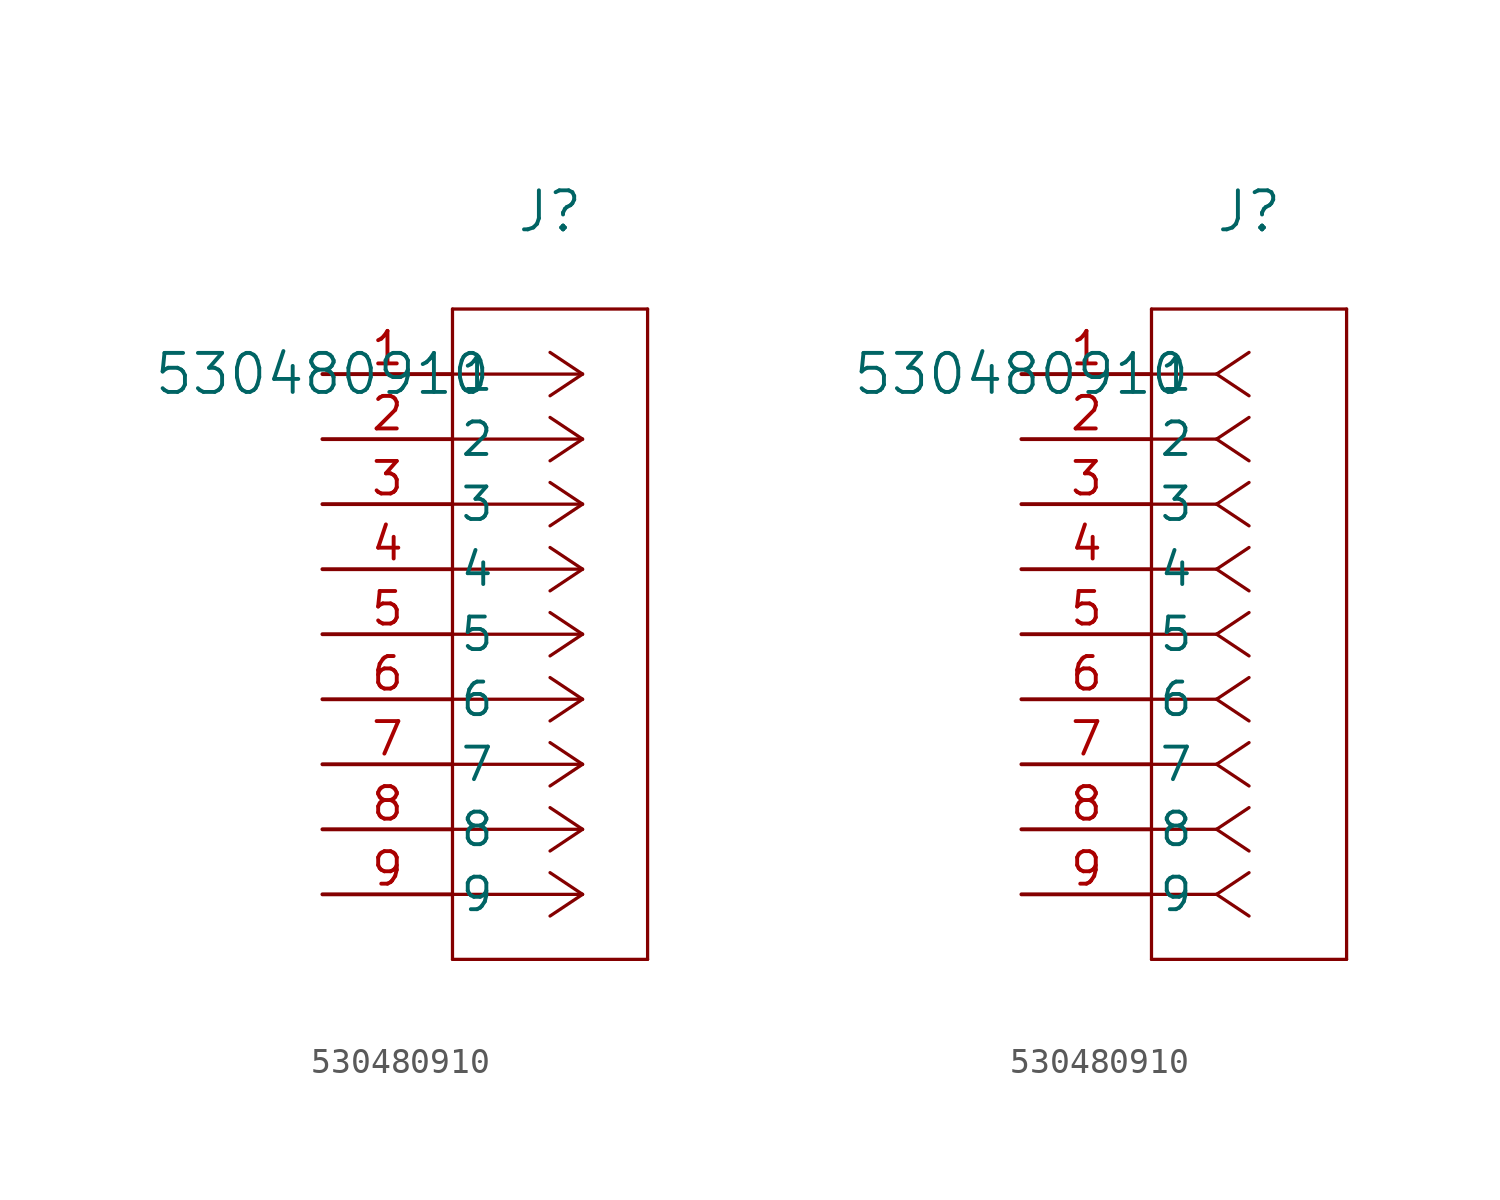
<source format=kicad_sym>
(kicad_symbol_lib
  (version 20231120)
  (generator "kicad_symbol_editor")
  (generator_version "8.0")
  (symbol "530480910"
    (pin_names
      (offset 0.254))
    (property "Reference" "J"
      (at 8.89 6.35 0)
      (effects (font (size 1.524 1.524))))
    (property "Value" "530480910"
      (at 0 0 0)
      (effects (font (size 1.524 1.524))))
    (symbol "530480910_1_1"
      (polyline (pts (xy 5.08 -22.86) (xy 12.7 -22.86)) (stroke (width 0.127) (type default)) (fill (type none)))
      (polyline (pts (xy 5.08 2.54) (xy 5.08 -22.86)) (stroke (width 0.127) (type default)) (fill (type none)))
      (polyline (pts (xy 10.16 -20.32) (xy 5.08 -20.32)) (stroke (width 0.127) (type default)) (fill (type none)))
      (polyline (pts (xy 10.16 -20.32) (xy 8.89 -21.167)) (stroke (width 0.127) (type default)) (fill (type none)))
      (polyline (pts (xy 10.16 -20.32) (xy 8.89 -19.473)) (stroke (width 0.127) (type default)) (fill (type none)))
      (polyline (pts (xy 10.16 -17.78) (xy 5.08 -17.78)) (stroke (width 0.127) (type default)) (fill (type none)))
      (polyline (pts (xy 10.16 -17.78) (xy 8.89 -18.627)) (stroke (width 0.127) (type default)) (fill (type none)))
      (polyline (pts (xy 10.16 -17.78) (xy 8.89 -16.933)) (stroke (width 0.127) (type default)) (fill (type none)))
      (polyline (pts (xy 10.16 -15.24) (xy 5.08 -15.24)) (stroke (width 0.127) (type default)) (fill (type none)))
      (polyline (pts (xy 10.16 -15.24) (xy 8.89 -16.087)) (stroke (width 0.127) (type default)) (fill (type none)))
      (polyline (pts (xy 10.16 -15.24) (xy 8.89 -14.393)) (stroke (width 0.127) (type default)) (fill (type none)))
      (polyline (pts (xy 10.16 -12.7) (xy 5.08 -12.7)) (stroke (width 0.127) (type default)) (fill (type none)))
      (polyline (pts (xy 10.16 -12.7) (xy 8.89 -13.547)) (stroke (width 0.127) (type default)) (fill (type none)))
      (polyline (pts (xy 10.16 -12.7) (xy 8.89 -11.853)) (stroke (width 0.127) (type default)) (fill (type none)))
      (polyline (pts (xy 10.16 -10.16) (xy 5.08 -10.16)) (stroke (width 0.127) (type default)) (fill (type none)))
      (polyline (pts (xy 10.16 -10.16) (xy 8.89 -11.007)) (stroke (width 0.127) (type default)) (fill (type none)))
      (polyline (pts (xy 10.16 -10.16) (xy 8.89 -9.313)) (stroke (width 0.127) (type default)) (fill (type none)))
      (polyline (pts (xy 10.16 -7.62) (xy 5.08 -7.62)) (stroke (width 0.127) (type default)) (fill (type none)))
      (polyline (pts (xy 10.16 -7.62) (xy 8.89 -8.467)) (stroke (width 0.127) (type default)) (fill (type none)))
      (polyline (pts (xy 10.16 -7.62) (xy 8.89 -6.773)) (stroke (width 0.127) (type default)) (fill (type none)))
      (polyline (pts (xy 10.16 -5.08) (xy 5.08 -5.08)) (stroke (width 0.127) (type default)) (fill (type none)))
      (polyline (pts (xy 10.16 -5.08) (xy 8.89 -5.927)) (stroke (width 0.127) (type default)) (fill (type none)))
      (polyline (pts (xy 10.16 -5.08) (xy 8.89 -4.233)) (stroke (width 0.127) (type default)) (fill (type none)))
      (polyline (pts (xy 10.16 -2.54) (xy 5.08 -2.54)) (stroke (width 0.127) (type default)) (fill (type none)))
      (polyline (pts (xy 10.16 -2.54) (xy 8.89 -3.387)) (stroke (width 0.127) (type default)) (fill (type none)))
      (polyline (pts (xy 10.16 -2.54) (xy 8.89 -1.693)) (stroke (width 0.127) (type default)) (fill (type none)))
      (polyline (pts (xy 10.16 0) (xy 5.08 0)) (stroke (width 0.127) (type default)) (fill (type none)))
      (polyline (pts (xy 10.16 0) (xy 8.89 -0.847)) (stroke (width 0.127) (type default)) (fill (type none)))
      (polyline (pts (xy 10.16 0) (xy 8.89 0.847)) (stroke (width 0.127) (type default)) (fill (type none)))
      (polyline (pts (xy 12.7 -22.86) (xy 12.7 2.54)) (stroke (width 0.127) (type default)) (fill (type none)))
      (polyline (pts (xy 12.7 2.54) (xy 5.08 2.54)) (stroke (width 0.127) (type default)) (fill (type none)))
      (pin unspecified line (at 0 0 0) (length 5.08) (name "1" (effects (font (size 1.27 1.27)))) (number "1" (effects (font (size 1.27 1.27)))))
      (pin unspecified line (at 0 -2.54 0) (length 5.08) (name "2" (effects (font (size 1.27 1.27)))) (number "2" (effects (font (size 1.27 1.27)))))
      (pin unspecified line (at 0 -5.08 0) (length 5.08) (name "3" (effects (font (size 1.27 1.27)))) (number "3" (effects (font (size 1.27 1.27)))))
      (pin unspecified line (at 0 -7.62 0) (length 5.08) (name "4" (effects (font (size 1.27 1.27)))) (number "4" (effects (font (size 1.27 1.27)))))
      (pin unspecified line (at 0 -10.16 0) (length 5.08) (name "5" (effects (font (size 1.27 1.27)))) (number "5" (effects (font (size 1.27 1.27)))))
      (pin unspecified line (at 0 -12.7 0) (length 5.08) (name "6" (effects (font (size 1.27 1.27)))) (number "6" (effects (font (size 1.27 1.27)))))
      (pin unspecified line (at 0 -15.24 0) (length 5.08) (name "7" (effects (font (size 1.27 1.27)))) (number "7" (effects (font (size 1.27 1.27)))))
      (pin unspecified line (at 0 -17.78 0) (length 5.08) (name "8" (effects (font (size 1.27 1.27)))) (number "8" (effects (font (size 1.27 1.27)))))
      (pin unspecified line (at 0 -20.32 0) (length 5.08) (name "9" (effects (font (size 1.27 1.27)))) (number "9" (effects (font (size 1.27 1.27))))))
    (symbol "530480910_1_2"
      (polyline (pts (xy 5.08 -22.86) (xy 12.7 -22.86)) (stroke (width 0.127) (type default)) (fill (type none)))
      (polyline (pts (xy 5.08 2.54) (xy 5.08 -22.86)) (stroke (width 0.127) (type default)) (fill (type none)))
      (polyline (pts (xy 7.62 -20.32) (xy 5.08 -20.32)) (stroke (width 0.127) (type default)) (fill (type none)))
      (polyline (pts (xy 7.62 -20.32) (xy 8.89 -21.167)) (stroke (width 0.127) (type default)) (fill (type none)))
      (polyline (pts (xy 7.62 -20.32) (xy 8.89 -19.473)) (stroke (width 0.127) (type default)) (fill (type none)))
      (polyline (pts (xy 7.62 -17.78) (xy 5.08 -17.78)) (stroke (width 0.127) (type default)) (fill (type none)))
      (polyline (pts (xy 7.62 -17.78) (xy 8.89 -18.627)) (stroke (width 0.127) (type default)) (fill (type none)))
      (polyline (pts (xy 7.62 -17.78) (xy 8.89 -16.933)) (stroke (width 0.127) (type default)) (fill (type none)))
      (polyline (pts (xy 7.62 -15.24) (xy 5.08 -15.24)) (stroke (width 0.127) (type default)) (fill (type none)))
      (polyline (pts (xy 7.62 -15.24) (xy 8.89 -16.087)) (stroke (width 0.127) (type default)) (fill (type none)))
      (polyline (pts (xy 7.62 -15.24) (xy 8.89 -14.393)) (stroke (width 0.127) (type default)) (fill (type none)))
      (polyline (pts (xy 7.62 -12.7) (xy 5.08 -12.7)) (stroke (width 0.127) (type default)) (fill (type none)))
      (polyline (pts (xy 7.62 -12.7) (xy 8.89 -13.547)) (stroke (width 0.127) (type default)) (fill (type none)))
      (polyline (pts (xy 7.62 -12.7) (xy 8.89 -11.853)) (stroke (width 0.127) (type default)) (fill (type none)))
      (polyline (pts (xy 7.62 -10.16) (xy 5.08 -10.16)) (stroke (width 0.127) (type default)) (fill (type none)))
      (polyline (pts (xy 7.62 -10.16) (xy 8.89 -11.007)) (stroke (width 0.127) (type default)) (fill (type none)))
      (polyline (pts (xy 7.62 -10.16) (xy 8.89 -9.313)) (stroke (width 0.127) (type default)) (fill (type none)))
      (polyline (pts (xy 7.62 -7.62) (xy 5.08 -7.62)) (stroke (width 0.127) (type default)) (fill (type none)))
      (polyline (pts (xy 7.62 -7.62) (xy 8.89 -8.467)) (stroke (width 0.127) (type default)) (fill (type none)))
      (polyline (pts (xy 7.62 -7.62) (xy 8.89 -6.773)) (stroke (width 0.127) (type default)) (fill (type none)))
      (polyline (pts (xy 7.62 -5.08) (xy 5.08 -5.08)) (stroke (width 0.127) (type default)) (fill (type none)))
      (polyline (pts (xy 7.62 -5.08) (xy 8.89 -5.927)) (stroke (width 0.127) (type default)) (fill (type none)))
      (polyline (pts (xy 7.62 -5.08) (xy 8.89 -4.233)) (stroke (width 0.127) (type default)) (fill (type none)))
      (polyline (pts (xy 7.62 -2.54) (xy 5.08 -2.54)) (stroke (width 0.127) (type default)) (fill (type none)))
      (polyline (pts (xy 7.62 -2.54) (xy 8.89 -3.387)) (stroke (width 0.127) (type default)) (fill (type none)))
      (polyline (pts (xy 7.62 -2.54) (xy 8.89 -1.693)) (stroke (width 0.127) (type default)) (fill (type none)))
      (polyline (pts (xy 7.62 0) (xy 5.08 0)) (stroke (width 0.127) (type default)) (fill (type none)))
      (polyline (pts (xy 7.62 0) (xy 8.89 -0.847)) (stroke (width 0.127) (type default)) (fill (type none)))
      (polyline (pts (xy 7.62 0) (xy 8.89 0.847)) (stroke (width 0.127) (type default)) (fill (type none)))
      (polyline (pts (xy 12.7 -22.86) (xy 12.7 2.54)) (stroke (width 0.127) (type default)) (fill (type none)))
      (polyline (pts (xy 12.7 2.54) (xy 5.08 2.54)) (stroke (width 0.127) (type default)) (fill (type none)))
      (pin unspecified line (at 0 0 0) (length 5.08) (name "1" (effects (font (size 1.27 1.27)))) (number "1" (effects (font (size 1.27 1.27)))))
      (pin unspecified line (at 0 -2.54 0) (length 5.08) (name "2" (effects (font (size 1.27 1.27)))) (number "2" (effects (font (size 1.27 1.27)))))
      (pin unspecified line (at 0 -5.08 0) (length 5.08) (name "3" (effects (font (size 1.27 1.27)))) (number "3" (effects (font (size 1.27 1.27)))))
      (pin unspecified line (at 0 -7.62 0) (length 5.08) (name "4" (effects (font (size 1.27 1.27)))) (number "4" (effects (font (size 1.27 1.27)))))
      (pin unspecified line (at 0 -10.16 0) (length 5.08) (name "5" (effects (font (size 1.27 1.27)))) (number "5" (effects (font (size 1.27 1.27)))))
      (pin unspecified line (at 0 -12.7 0) (length 5.08) (name "6" (effects (font (size 1.27 1.27)))) (number "6" (effects (font (size 1.27 1.27)))))
      (pin unspecified line (at 0 -15.24 0) (length 5.08) (name "7" (effects (font (size 1.27 1.27)))) (number "7" (effects (font (size 1.27 1.27)))))
      (pin unspecified line (at 0 -17.78 0) (length 5.08) (name "8" (effects (font (size 1.27 1.27)))) (number "8" (effects (font (size 1.27 1.27)))))
      (pin unspecified line (at 0 -20.32 0) (length 5.08) (name "9" (effects (font (size 1.27 1.27)))) (number "9" (effects (font (size 1.27 1.27))))))))
</source>
